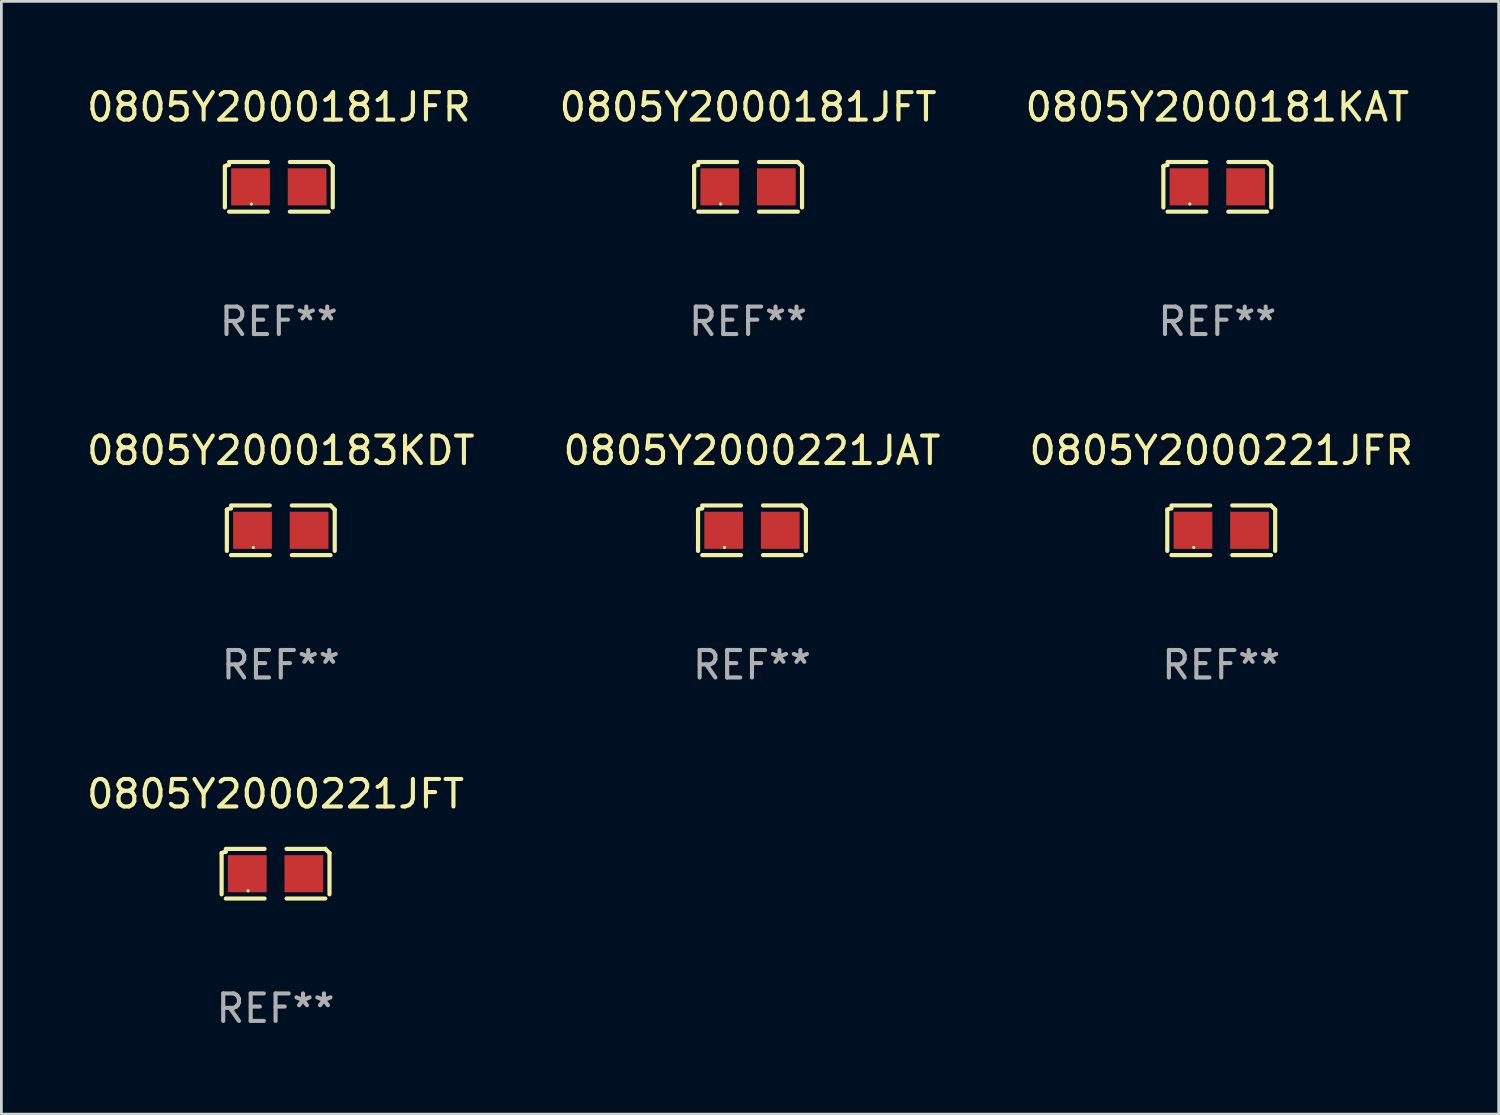
<source format=kicad_pcb>
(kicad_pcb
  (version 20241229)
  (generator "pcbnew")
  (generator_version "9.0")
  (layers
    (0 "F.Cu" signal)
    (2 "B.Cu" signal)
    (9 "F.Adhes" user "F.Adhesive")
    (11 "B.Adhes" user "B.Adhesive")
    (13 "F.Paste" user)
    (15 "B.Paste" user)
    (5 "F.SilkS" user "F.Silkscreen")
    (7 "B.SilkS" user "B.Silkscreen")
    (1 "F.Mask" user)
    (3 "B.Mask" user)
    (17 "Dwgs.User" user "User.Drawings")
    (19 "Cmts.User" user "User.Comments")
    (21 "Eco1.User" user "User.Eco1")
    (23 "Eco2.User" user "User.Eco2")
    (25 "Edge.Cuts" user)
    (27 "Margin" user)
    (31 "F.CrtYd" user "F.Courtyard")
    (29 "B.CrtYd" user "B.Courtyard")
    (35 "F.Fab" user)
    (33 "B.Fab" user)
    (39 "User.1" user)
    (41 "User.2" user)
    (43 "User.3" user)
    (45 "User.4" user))
  (footprint "0805Y2000183KDT"
    (layer "F.Cu")
    (at 7.173 16.256)
    (property "Reference" "0805Y2000183KDT" (at 0 -2.904 0) (layer "F.SilkS") (effects (font (size 1 1) (thickness 0.15))))
    (attr through_hole)
    (fp_line (start -1.964 0.751) (end -1.964 -0.751) (stroke (width 0.152) (type solid)) (layer "F.SilkS"))
    (fp_line (start -1.811 -0.904) (end -0.401 -0.904) (stroke (width 0.152) (type solid)) (layer "F.SilkS"))
    (fp_line (start -0.401 0.904) (end -1.811 0.904) (stroke (width 0.152) (type solid)) (layer "F.SilkS"))
    (fp_line (start 0.401 0.904) (end 1.811 0.904) (stroke (width 0.152) (type solid)) (layer "F.SilkS"))
    (fp_line (start 1.811 -0.904) (end 0.401 -0.904) (stroke (width 0.152) (type solid)) (layer "F.SilkS"))
    (fp_line (start 1.964 0.751) (end 1.964 -0.751) (stroke (width 0.152) (type solid)) (layer "F.SilkS"))
    (fp_arc (start -1.963602 -0.751207) (mid -1.890354 -0.783131) (end -1.811201 -0.794044) (stroke (width 0.1524) (type solid)) (layer "F.SilkS"))
    (fp_arc (start 1.811202 -0.903607) (mid 1.887413 -0.827418) (end 1.963602 -0.751207) (stroke (width 0.1524) (type solid)) (layer "F.SilkS"))
    (fp_circle (center -1 0.625) (end -0.97 0.625) (stroke (width 0.06) (type solid)) (fill no) (layer "F.SilkS"))
    (fp_text user "REF**" (at 0 4.904 0) (layer "F.Fab") (effects (font (size 1 1) (thickness 0.15))))
    (pad "1" smd rect (at -1.03 0) (size 1.41 1.35) (layers "F.Cu" "F.Mask" "F.Paste"))
    (pad "2" smd rect (at 1.03 0) (size 1.41 1.35) (layers "F.Cu" "F.Mask" "F.Paste")))
  (footprint "0805Y2000181JFR"
    (layer "F.Cu")
    (at 7.101 3.752)
    (property "Reference" "0805Y2000181JFR" (at 0 -2.904 0) (layer "F.SilkS") (effects (font (size 1 1) (thickness 0.15))))
    (attr through_hole)
    (fp_line (start -1.964 0.751) (end -1.964 -0.751) (stroke (width 0.152) (type solid)) (layer "F.SilkS"))
    (fp_line (start -1.811 -0.904) (end -0.401 -0.904) (stroke (width 0.152) (type solid)) (layer "F.SilkS"))
    (fp_line (start -0.401 0.904) (end -1.811 0.904) (stroke (width 0.152) (type solid)) (layer "F.SilkS"))
    (fp_line (start 0.401 0.904) (end 1.811 0.904) (stroke (width 0.152) (type solid)) (layer "F.SilkS"))
    (fp_line (start 1.811 -0.904) (end 0.401 -0.904) (stroke (width 0.152) (type solid)) (layer "F.SilkS"))
    (fp_line (start 1.964 0.751) (end 1.964 -0.751) (stroke (width 0.152) (type solid)) (layer "F.SilkS"))
    (fp_arc (start -1.963602 -0.751207) (mid -1.890354 -0.783131) (end -1.811201 -0.794044) (stroke (width 0.1524) (type solid)) (layer "F.SilkS"))
    (fp_arc (start 1.811202 -0.903607) (mid 1.887413 -0.827418) (end 1.963602 -0.751207) (stroke (width 0.1524) (type solid)) (layer "F.SilkS"))
    (fp_circle (center -1 0.625) (end -0.97 0.625) (stroke (width 0.06) (type solid)) (fill no) (layer "F.SilkS"))
    (fp_text user "REF**" (at 0 4.904 0) (layer "F.Fab") (effects (font (size 1 1) (thickness 0.15))))
    (pad "1" smd rect (at -1.03 0) (size 1.41 1.35) (layers "F.Cu" "F.Mask" "F.Paste"))
    (pad "2" smd rect (at 1.03 0) (size 1.41 1.35) (layers "F.Cu" "F.Mask" "F.Paste")))
  (footprint "0805Y2000221JFT"
    (layer "F.Cu")
    (at 6.982 28.759)
    (property "Reference" "0805Y2000221JFT" (at 0 -2.904 0) (layer "F.SilkS") (effects (font (size 1 1) (thickness 0.15))))
    (attr through_hole)
    (fp_line (start -1.964 0.751) (end -1.964 -0.751) (stroke (width 0.152) (type solid)) (layer "F.SilkS"))
    (fp_line (start -1.811 -0.904) (end -0.401 -0.904) (stroke (width 0.152) (type solid)) (layer "F.SilkS"))
    (fp_line (start -0.401 0.904) (end -1.811 0.904) (stroke (width 0.152) (type solid)) (layer "F.SilkS"))
    (fp_line (start 0.401 0.904) (end 1.811 0.904) (stroke (width 0.152) (type solid)) (layer "F.SilkS"))
    (fp_line (start 1.811 -0.904) (end 0.401 -0.904) (stroke (width 0.152) (type solid)) (layer "F.SilkS"))
    (fp_line (start 1.964 0.751) (end 1.964 -0.751) (stroke (width 0.152) (type solid)) (layer "F.SilkS"))
    (fp_arc (start -1.963602 -0.751207) (mid -1.890354 -0.783131) (end -1.811201 -0.794044) (stroke (width 0.1524) (type solid)) (layer "F.SilkS"))
    (fp_arc (start 1.811202 -0.903607) (mid 1.887413 -0.827418) (end 1.963602 -0.751207) (stroke (width 0.1524) (type solid)) (layer "F.SilkS"))
    (fp_circle (center -1 0.625) (end -0.97 0.625) (stroke (width 0.06) (type solid)) (fill no) (layer "F.SilkS"))
    (fp_text user "REF**" (at 0 4.904 0) (layer "F.Fab") (effects (font (size 1 1) (thickness 0.15))))
    (pad "1" smd rect (at -1.03 0) (size 1.41 1.35) (layers "F.Cu" "F.Mask" "F.Paste"))
    (pad "2" smd rect (at 1.03 0) (size 1.41 1.35) (layers "F.Cu" "F.Mask" "F.Paste")))
  (footprint "0805Y2000181KAT"
    (layer "F.Cu")
    (at 41.268 3.752)
    (property "Reference" "0805Y2000181KAT" (at 0 -2.904 0) (layer "F.SilkS") (effects (font (size 1 1) (thickness 0.15))))
    (attr through_hole)
    (fp_line (start -1.964 0.751) (end -1.964 -0.751) (stroke (width 0.152) (type solid)) (layer "F.SilkS"))
    (fp_line (start -1.811 -0.904) (end -0.401 -0.904) (stroke (width 0.152) (type solid)) (layer "F.SilkS"))
    (fp_line (start -0.401 0.904) (end -1.811 0.904) (stroke (width 0.152) (type solid)) (layer "F.SilkS"))
    (fp_line (start 0.401 0.904) (end 1.811 0.904) (stroke (width 0.152) (type solid)) (layer "F.SilkS"))
    (fp_line (start 1.811 -0.904) (end 0.401 -0.904) (stroke (width 0.152) (type solid)) (layer "F.SilkS"))
    (fp_line (start 1.964 0.751) (end 1.964 -0.751) (stroke (width 0.152) (type solid)) (layer "F.SilkS"))
    (fp_arc (start -1.963602 -0.751207) (mid -1.890354 -0.783131) (end -1.811201 -0.794044) (stroke (width 0.1524) (type solid)) (layer "F.SilkS"))
    (fp_arc (start 1.811202 -0.903607) (mid 1.887413 -0.827418) (end 1.963602 -0.751207) (stroke (width 0.1524) (type solid)) (layer "F.SilkS"))
    (fp_circle (center -1 0.625) (end -0.97 0.625) (stroke (width 0.06) (type solid)) (fill no) (layer "F.SilkS"))
    (fp_text user "REF**" (at 0 4.904 0) (layer "F.Fab") (effects (font (size 1 1) (thickness 0.15))))
    (pad "1" smd rect (at -1.03 0) (size 1.41 1.35) (layers "F.Cu" "F.Mask" "F.Paste"))
    (pad "2" smd rect (at 1.03 0) (size 1.41 1.35) (layers "F.Cu" "F.Mask" "F.Paste")))
  (footprint "0805Y2000221JAT"
    (layer "F.Cu")
    (at 24.327 16.256)
    (property "Reference" "0805Y2000221JAT" (at 0 -2.904 0) (layer "F.SilkS") (effects (font (size 1 1) (thickness 0.15))))
    (attr through_hole)
    (fp_line (start -1.964 0.751) (end -1.964 -0.751) (stroke (width 0.152) (type solid)) (layer "F.SilkS"))
    (fp_line (start -1.811 -0.904) (end -0.401 -0.904) (stroke (width 0.152) (type solid)) (layer "F.SilkS"))
    (fp_line (start -0.401 0.904) (end -1.811 0.904) (stroke (width 0.152) (type solid)) (layer "F.SilkS"))
    (fp_line (start 0.401 0.904) (end 1.811 0.904) (stroke (width 0.152) (type solid)) (layer "F.SilkS"))
    (fp_line (start 1.811 -0.904) (end 0.401 -0.904) (stroke (width 0.152) (type solid)) (layer "F.SilkS"))
    (fp_line (start 1.964 0.751) (end 1.964 -0.751) (stroke (width 0.152) (type solid)) (layer "F.SilkS"))
    (fp_arc (start -1.963602 -0.751207) (mid -1.890354 -0.783131) (end -1.811201 -0.794044) (stroke (width 0.1524) (type solid)) (layer "F.SilkS"))
    (fp_arc (start 1.811202 -0.903607) (mid 1.887413 -0.827418) (end 1.963602 -0.751207) (stroke (width 0.1524) (type solid)) (layer "F.SilkS"))
    (fp_circle (center -1 0.625) (end -0.97 0.625) (stroke (width 0.06) (type solid)) (fill no) (layer "F.SilkS"))
    (fp_text user "REF**" (at 0 4.904 0) (layer "F.Fab") (effects (font (size 1 1) (thickness 0.15))))
    (pad "1" smd rect (at -1.03 0) (size 1.41 1.35) (layers "F.Cu" "F.Mask" "F.Paste"))
    (pad "2" smd rect (at 1.03 0) (size 1.41 1.35) (layers "F.Cu" "F.Mask" "F.Paste")))
  (footprint "0805Y2000181JFT"
    (layer "F.Cu")
    (at 24.185 3.752)
    (property "Reference" "0805Y2000181JFT" (at 0 -2.904 0) (layer "F.SilkS") (effects (font (size 1 1) (thickness 0.15))))
    (attr through_hole)
    (fp_line (start -1.964 0.751) (end -1.964 -0.751) (stroke (width 0.152) (type solid)) (layer "F.SilkS"))
    (fp_line (start -1.811 -0.904) (end -0.401 -0.904) (stroke (width 0.152) (type solid)) (layer "F.SilkS"))
    (fp_line (start -0.401 0.904) (end -1.811 0.904) (stroke (width 0.152) (type solid)) (layer "F.SilkS"))
    (fp_line (start 0.401 0.904) (end 1.811 0.904) (stroke (width 0.152) (type solid)) (layer "F.SilkS"))
    (fp_line (start 1.811 -0.904) (end 0.401 -0.904) (stroke (width 0.152) (type solid)) (layer "F.SilkS"))
    (fp_line (start 1.964 0.751) (end 1.964 -0.751) (stroke (width 0.152) (type solid)) (layer "F.SilkS"))
    (fp_arc (start -1.963602 -0.751207) (mid -1.890354 -0.783131) (end -1.811201 -0.794044) (stroke (width 0.1524) (type solid)) (layer "F.SilkS"))
    (fp_arc (start 1.811202 -0.903607) (mid 1.887413 -0.827418) (end 1.963602 -0.751207) (stroke (width 0.1524) (type solid)) (layer "F.SilkS"))
    (fp_circle (center -1 0.625) (end -0.97 0.625) (stroke (width 0.06) (type solid)) (fill no) (layer "F.SilkS"))
    (fp_text user "REF**" (at 0 4.904 0) (layer "F.Fab") (effects (font (size 1 1) (thickness 0.15))))
    (pad "1" smd rect (at -1.03 0) (size 1.41 1.35) (layers "F.Cu" "F.Mask" "F.Paste"))
    (pad "2" smd rect (at 1.03 0) (size 1.41 1.35) (layers "F.Cu" "F.Mask" "F.Paste")))
  (footprint "0805Y2000221JFR"
    (layer "F.Cu")
    (at 41.411 16.256)
    (property "Reference" "0805Y2000221JFR" (at 0 -2.904 0) (layer "F.SilkS") (effects (font (size 1 1) (thickness 0.15))))
    (attr through_hole)
    (fp_line (start -1.964 0.751) (end -1.964 -0.751) (stroke (width 0.152) (type solid)) (layer "F.SilkS"))
    (fp_line (start -1.811 -0.904) (end -0.401 -0.904) (stroke (width 0.152) (type solid)) (layer "F.SilkS"))
    (fp_line (start -0.401 0.904) (end -1.811 0.904) (stroke (width 0.152) (type solid)) (layer "F.SilkS"))
    (fp_line (start 0.401 0.904) (end 1.811 0.904) (stroke (width 0.152) (type solid)) (layer "F.SilkS"))
    (fp_line (start 1.811 -0.904) (end 0.401 -0.904) (stroke (width 0.152) (type solid)) (layer "F.SilkS"))
    (fp_line (start 1.964 0.751) (end 1.964 -0.751) (stroke (width 0.152) (type solid)) (layer "F.SilkS"))
    (fp_arc (start -1.963602 -0.751207) (mid -1.890354 -0.783131) (end -1.811201 -0.794044) (stroke (width 0.1524) (type solid)) (layer "F.SilkS"))
    (fp_arc (start 1.811202 -0.903607) (mid 1.887413 -0.827418) (end 1.963602 -0.751207) (stroke (width 0.1524) (type solid)) (layer "F.SilkS"))
    (fp_circle (center -1 0.625) (end -0.97 0.625) (stroke (width 0.06) (type solid)) (fill no) (layer "F.SilkS"))
    (fp_text user "REF**" (at 0 4.904 0) (layer "F.Fab") (effects (font (size 1 1) (thickness 0.15))))
    (pad "1" smd rect (at -1.03 0) (size 1.41 1.35) (layers "F.Cu" "F.Mask" "F.Paste"))
    (pad "2" smd rect (at 1.03 0) (size 1.41 1.35) (layers "F.Cu" "F.Mask" "F.Paste")))
  (gr_rect
    (start -3 -3)
    (end 51.512 37.511)
    (stroke (width 0.1) (type default))
    (fill no)
    (layer "Edge.Cuts")))
</source>
